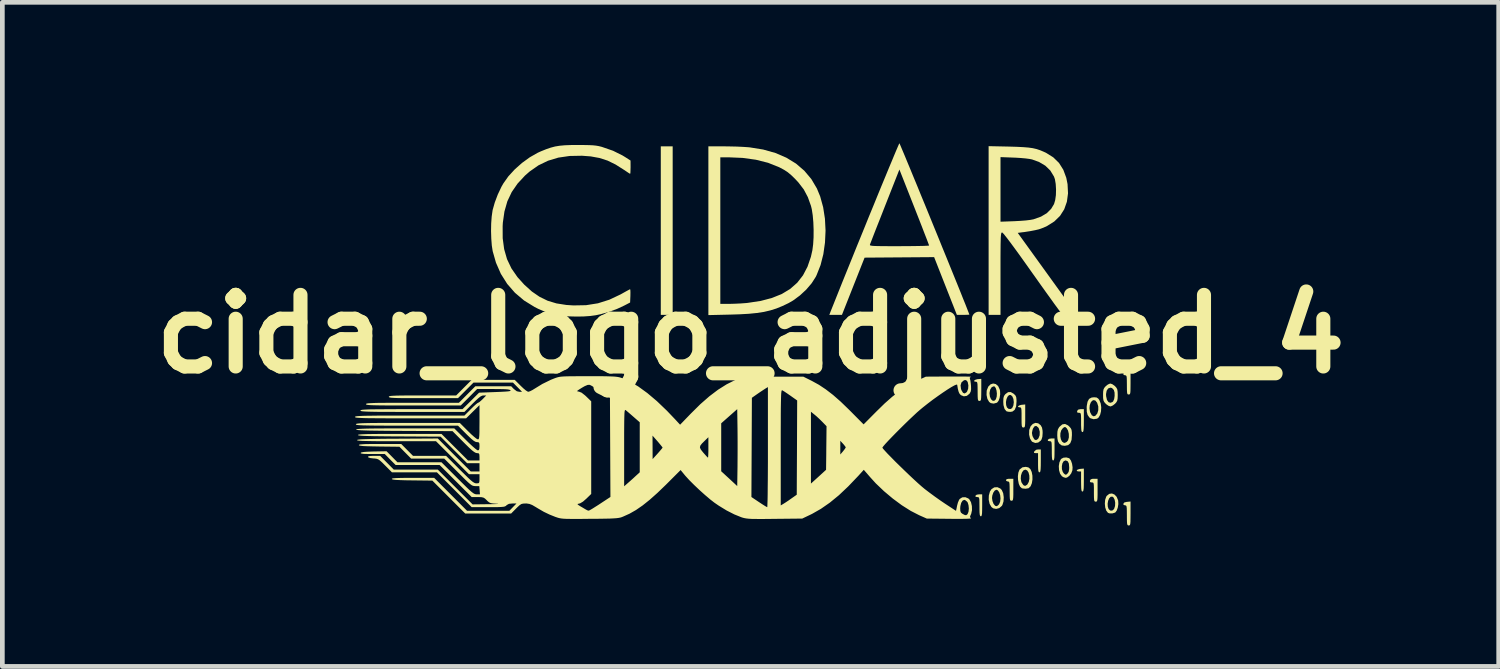
<source format=kicad_pcb>
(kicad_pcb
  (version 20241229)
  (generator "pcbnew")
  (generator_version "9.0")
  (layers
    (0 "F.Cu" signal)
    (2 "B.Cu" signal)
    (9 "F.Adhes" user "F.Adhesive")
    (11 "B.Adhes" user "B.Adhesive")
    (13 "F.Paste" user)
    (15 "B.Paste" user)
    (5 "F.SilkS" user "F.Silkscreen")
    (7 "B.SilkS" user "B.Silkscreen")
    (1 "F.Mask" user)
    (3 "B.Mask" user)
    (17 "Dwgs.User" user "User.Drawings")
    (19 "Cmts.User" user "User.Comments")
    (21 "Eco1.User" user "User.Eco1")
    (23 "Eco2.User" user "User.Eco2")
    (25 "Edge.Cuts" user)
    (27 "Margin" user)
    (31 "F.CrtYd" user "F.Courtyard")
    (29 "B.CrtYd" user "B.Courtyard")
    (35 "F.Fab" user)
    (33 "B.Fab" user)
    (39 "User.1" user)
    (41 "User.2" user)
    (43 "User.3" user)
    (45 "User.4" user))
  (footprint "cidar_logo_adjusted_4"
    (layer "F.Cu")
    (at 12.925 4.061)
    (property "Reference" "cidar_logo_adjusted_4" (at 0 0 0) (layer "F.SilkS") (effects (font (size 1.524 1.524) (thickness 0.3))))
    (attr through_hole)
    (fp_poly (pts (xy -1.657 -0.409) (xy -1.91 -0.409) (xy -1.91 -3.996) (xy -1.657 -3.996) (xy -1.657 -0.409)) (stroke (width 0.001) (type solid)) (fill yes) (layer "F.SilkS"))
    (fp_poly (pts (xy 6.179 2.699) (xy 6.178 2.803) (xy 6.175 2.873) (xy 6.17 2.916) (xy 6.162 2.937) (xy 6.15 2.943) (xy 6.149 2.943) (xy 6.136 2.937) (xy 6.127 2.914) (xy 6.122 2.868) (xy 6.12 2.792) (xy 6.12 2.738) (xy 6.12 2.534) (xy 6.071 2.534) (xy 6.037 2.53) (xy 6.034 2.512) (xy 6.042 2.495) (xy 6.081 2.462) (xy 6.121 2.456) (xy 6.179 2.456) (xy 6.179 2.699)) (stroke (width 0.001) (type solid)) (fill yes) (layer "F.SilkS"))
    (fp_poly (pts (xy 7.095 3.108) (xy 7.094 3.211) (xy 7.092 3.281) (xy 7.086 3.325) (xy 7.078 3.346) (xy 7.066 3.352) (xy 7.065 3.352) (xy 7.052 3.346) (xy 7.044 3.324) (xy 7.039 3.279) (xy 7.037 3.205) (xy 7.036 3.138) (xy 7.036 2.924) (xy 6.986 2.924) (xy 6.949 2.917) (xy 6.943 2.902) (xy 6.963 2.884) (xy 7.006 2.871) (xy 7.023 2.869) (xy 7.095 2.863) (xy 7.095 3.108)) (stroke (width 0.001) (type solid)) (fill yes) (layer "F.SilkS"))
    (fp_poly (pts (xy 4.931 3.645) (xy 4.93 3.746) (xy 4.928 3.813) (xy 4.922 3.854) (xy 4.914 3.874) (xy 4.902 3.879) (xy 4.889 3.872) (xy 4.88 3.849) (xy 4.875 3.803) (xy 4.873 3.728) (xy 4.873 3.674) (xy 4.872 3.583) (xy 4.871 3.524) (xy 4.865 3.49) (xy 4.855 3.474) (xy 4.839 3.47) (xy 4.825 3.469) (xy 4.79 3.463) (xy 4.788 3.44) (xy 4.816 3.418) (xy 4.865 3.411) (xy 4.931 3.411) (xy 4.931 3.645)) (stroke (width 0.001) (type solid)) (fill yes) (layer "F.SilkS"))
    (fp_poly (pts (xy 6.471 2.456) (xy 6.47 2.557) (xy 6.468 2.625) (xy 6.462 2.665) (xy 6.453 2.685) (xy 6.442 2.69) (xy 6.428 2.683) (xy 6.42 2.66) (xy 6.415 2.614) (xy 6.413 2.539) (xy 6.413 2.485) (xy 6.412 2.394) (xy 6.41 2.335) (xy 6.405 2.301) (xy 6.395 2.285) (xy 6.378 2.281) (xy 6.364 2.28) (xy 6.33 2.274) (xy 6.328 2.251) (xy 6.355 2.229) (xy 6.405 2.222) (xy 6.471 2.222) (xy 6.471 2.456)) (stroke (width 0.001) (type solid)) (fill yes) (layer "F.SilkS"))
    (fp_poly (pts (xy 4.912 1.188) (xy 4.911 1.287) (xy 4.909 1.353) (xy 4.905 1.394) (xy 4.897 1.414) (xy 4.884 1.422) (xy 4.873 1.423) (xy 4.855 1.42) (xy 4.844 1.408) (xy 4.838 1.379) (xy 4.835 1.327) (xy 4.834 1.244) (xy 4.834 1.218) (xy 4.833 1.127) (xy 4.831 1.068) (xy 4.826 1.034) (xy 4.816 1.018) (xy 4.8 1.014) (xy 4.793 1.014) (xy 4.761 1.007) (xy 4.76 0.991) (xy 4.782 0.974) (xy 4.823 0.961) (xy 4.84 0.959) (xy 4.912 0.953) (xy 4.912 1.188)) (stroke (width 0.001) (type solid)) (fill yes) (layer "F.SilkS"))
    (fp_poly (pts (xy 5.594 3.313) (xy 5.594 3.412) (xy 5.592 3.478) (xy 5.587 3.519) (xy 5.579 3.539) (xy 5.566 3.547) (xy 5.555 3.547) (xy 5.538 3.545) (xy 5.526 3.532) (xy 5.52 3.504) (xy 5.517 3.451) (xy 5.516 3.368) (xy 5.516 3.343) (xy 5.515 3.251) (xy 5.513 3.192) (xy 5.508 3.158) (xy 5.498 3.142) (xy 5.482 3.138) (xy 5.477 3.138) (xy 5.445 3.126) (xy 5.438 3.109) (xy 5.451 3.088) (xy 5.494 3.08) (xy 5.516 3.08) (xy 5.594 3.08) (xy 5.594 3.313)) (stroke (width 0.001) (type solid)) (fill yes) (layer "F.SilkS"))
    (fp_poly (pts (xy 5.847 1.743) (xy 5.847 1.845) (xy 5.845 1.913) (xy 5.841 1.956) (xy 5.834 1.978) (xy 5.822 1.987) (xy 5.808 1.988) (xy 5.791 1.986) (xy 5.78 1.974) (xy 5.773 1.946) (xy 5.77 1.895) (xy 5.769 1.814) (xy 5.769 1.774) (xy 5.769 1.68) (xy 5.767 1.618) (xy 5.762 1.582) (xy 5.753 1.565) (xy 5.738 1.56) (xy 5.729 1.559) (xy 5.697 1.553) (xy 5.695 1.537) (xy 5.718 1.52) (xy 5.759 1.507) (xy 5.776 1.505) (xy 5.847 1.498) (xy 5.847 1.743)) (stroke (width 0.001) (type solid)) (fill yes) (layer "F.SilkS"))
    (fp_poly (pts (xy 7.095 1.842) (xy 7.094 1.945) (xy 7.091 2.015) (xy 7.086 2.058) (xy 7.078 2.08) (xy 7.066 2.086) (xy 7.065 2.086) (xy 7.052 2.079) (xy 7.043 2.056) (xy 7.039 2.01) (xy 7.036 1.935) (xy 7.036 1.881) (xy 7.036 1.79) (xy 7.034 1.731) (xy 7.029 1.697) (xy 7.019 1.681) (xy 7.002 1.676) (xy 6.989 1.676) (xy 6.955 1.67) (xy 6.951 1.644) (xy 6.953 1.637) (xy 6.972 1.609) (xy 7.015 1.599) (xy 7.029 1.598) (xy 7.095 1.598) (xy 7.095 1.842)) (stroke (width 0.001) (type solid)) (fill yes) (layer "F.SilkS"))
    (fp_poly (pts (xy 8.089 1.042) (xy 8.088 1.143) (xy 8.087 1.212) (xy 8.083 1.254) (xy 8.075 1.276) (xy 8.063 1.285) (xy 8.05 1.286) (xy 8.032 1.284) (xy 8.021 1.272) (xy 8.015 1.243) (xy 8.012 1.19) (xy 8.011 1.107) (xy 8.011 1.082) (xy 8.01 0.991) (xy 8.008 0.931) (xy 8.003 0.897) (xy 7.993 0.882) (xy 7.977 0.877) (xy 7.97 0.877) (xy 7.939 0.867) (xy 7.936 0.843) (xy 7.957 0.816) (xy 8.01 0.803) (xy 8.016 0.803) (xy 8.089 0.797) (xy 8.089 1.042)) (stroke (width 0.001) (type solid)) (fill yes) (layer "F.SilkS"))
    (fp_poly (pts (xy 8.089 3.819) (xy 8.088 3.923) (xy 8.087 3.994) (xy 8.083 4.038) (xy 8.076 4.062) (xy 8.065 4.072) (xy 8.05 4.074) (xy 8.033 4.071) (xy 8.022 4.059) (xy 8.015 4.031) (xy 8.012 3.98) (xy 8.011 3.9) (xy 8.011 3.859) (xy 8.01 3.765) (xy 8.008 3.704) (xy 8.003 3.668) (xy 7.994 3.651) (xy 7.979 3.645) (xy 7.97 3.645) (xy 7.939 3.634) (xy 7.936 3.611) (xy 7.957 3.584) (xy 8.01 3.571) (xy 8.016 3.571) (xy 8.089 3.564) (xy 8.089 3.819)) (stroke (width 0.001) (type solid)) (fill yes) (layer "F.SilkS"))
    (fp_poly (pts (xy 7.387 3.323) (xy 7.387 3.424) (xy 7.385 3.493) (xy 7.381 3.535) (xy 7.373 3.557) (xy 7.361 3.566) (xy 7.348 3.567) (xy 7.331 3.564) (xy 7.319 3.552) (xy 7.313 3.523) (xy 7.31 3.471) (xy 7.309 3.388) (xy 7.309 3.362) (xy 7.309 3.271) (xy 7.307 3.212) (xy 7.302 3.178) (xy 7.292 3.162) (xy 7.275 3.158) (xy 7.262 3.158) (xy 7.228 3.151) (xy 7.224 3.126) (xy 7.226 3.119) (xy 7.242 3.092) (xy 7.279 3.081) (xy 7.311 3.08) (xy 7.387 3.08) (xy 7.387 3.323)) (stroke (width 0.001) (type solid)) (fill yes) (layer "F.SilkS"))
    (fp_poly (pts (xy 5.317 3.287) (xy 5.348 3.319) (xy 5.378 3.387) (xy 5.39 3.473) (xy 5.385 3.562) (xy 5.361 3.638) (xy 5.348 3.658) (xy 5.294 3.704) (xy 5.229 3.721) (xy 5.165 3.709) (xy 5.128 3.681) (xy 5.089 3.614) (xy 5.07 3.527) (xy 5.071 3.489) (xy 5.14 3.489) (xy 5.15 3.555) (xy 5.173 3.614) (xy 5.206 3.654) (xy 5.233 3.664) (xy 5.264 3.65) (xy 5.291 3.621) (xy 5.314 3.566) (xy 5.321 3.498) (xy 5.314 3.429) (xy 5.294 3.368) (xy 5.264 3.326) (xy 5.233 3.313) (xy 5.198 3.331) (xy 5.167 3.376) (xy 5.146 3.438) (xy 5.14 3.489) (xy 5.071 3.489) (xy 5.073 3.435) (xy 5.096 3.351) (xy 5.129 3.301) (xy 5.188 3.263) (xy 5.254 3.259) (xy 5.317 3.287)) (stroke (width 0.001) (type solid)) (fill yes) (layer "F.SilkS"))
    (fp_poly (pts (xy 5.221 1.064) (xy 5.27 1.106) (xy 5.304 1.178) (xy 5.311 1.208) (xy 5.314 1.282) (xy 5.302 1.358) (xy 5.279 1.421) (xy 5.247 1.46) (xy 5.244 1.461) (xy 5.176 1.48) (xy 5.113 1.469) (xy 5.079 1.444) (xy 5.042 1.38) (xy 5.024 1.296) (xy 5.025 1.264) (xy 5.087 1.264) (xy 5.096 1.333) (xy 5.119 1.386) (xy 5.151 1.417) (xy 5.186 1.421) (xy 5.218 1.393) (xy 5.223 1.385) (xy 5.24 1.331) (xy 5.244 1.266) (xy 5.236 1.201) (xy 5.219 1.147) (xy 5.194 1.115) (xy 5.181 1.111) (xy 5.135 1.129) (xy 5.103 1.177) (xy 5.088 1.247) (xy 5.087 1.264) (xy 5.025 1.264) (xy 5.027 1.21) (xy 5.029 1.197) (xy 5.061 1.118) (xy 5.109 1.07) (xy 5.164 1.052) (xy 5.221 1.064)) (stroke (width 0.001) (type solid)) (fill yes) (layer "F.SilkS"))
    (fp_poly (pts (xy 6.123 1.899) (xy 6.176 1.94) (xy 6.177 1.942) (xy 6.204 1.99) (xy 6.216 2.054) (xy 6.218 2.105) (xy 6.212 2.185) (xy 6.195 2.241) (xy 6.177 2.268) (xy 6.123 2.309) (xy 6.06 2.318) (xy 5.999 2.294) (xy 5.985 2.282) (xy 5.949 2.222) (xy 5.93 2.14) (xy 5.931 2.104) (xy 5.99 2.104) (xy 5.999 2.159) (xy 6.01 2.189) (xy 6.042 2.243) (xy 6.077 2.258) (xy 6.115 2.235) (xy 6.129 2.218) (xy 6.154 2.154) (xy 6.156 2.078) (xy 6.137 2.009) (xy 6.123 1.987) (xy 6.083 1.955) (xy 6.047 1.962) (xy 6.015 2.006) (xy 6.002 2.042) (xy 5.99 2.104) (xy 5.931 2.104) (xy 5.932 2.05) (xy 5.934 2.036) (xy 5.962 1.962) (xy 6.008 1.913) (xy 6.064 1.89) (xy 6.123 1.899)) (stroke (width 0.001) (type solid)) (fill yes) (layer "F.SilkS"))
    (fp_poly (pts (xy 7.748 3.416) (xy 7.794 3.465) (xy 7.824 3.539) (xy 7.826 3.549) (xy 7.829 3.62) (xy 7.817 3.694) (xy 7.794 3.758) (xy 7.763 3.798) (xy 7.758 3.8) (xy 7.702 3.817) (xy 7.643 3.817) (xy 7.609 3.805) (xy 7.573 3.76) (xy 7.55 3.691) (xy 7.542 3.611) (xy 7.601 3.611) (xy 7.605 3.675) (xy 7.622 3.724) (xy 7.656 3.756) (xy 7.699 3.757) (xy 7.736 3.726) (xy 7.739 3.72) (xy 7.759 3.659) (xy 7.762 3.589) (xy 7.75 3.524) (xy 7.725 3.476) (xy 7.703 3.46) (xy 7.666 3.463) (xy 7.634 3.495) (xy 7.612 3.548) (xy 7.601 3.611) (xy 7.542 3.611) (xy 7.542 3.61) (xy 7.548 3.529) (xy 7.571 3.461) (xy 7.583 3.443) (xy 7.635 3.401) (xy 7.693 3.393) (xy 7.748 3.416)) (stroke (width 0.001) (type solid)) (fill yes) (layer "F.SilkS"))
    (fp_poly (pts (xy 5.6 1.269) (xy 5.607 1.275) (xy 5.639 1.307) (xy 5.655 1.342) (xy 5.661 1.394) (xy 5.662 1.437) (xy 5.653 1.541) (xy 5.624 1.611) (xy 5.575 1.649) (xy 5.53 1.656) (xy 5.48 1.652) (xy 5.446 1.642) (xy 5.446 1.642) (xy 5.407 1.593) (xy 5.384 1.512) (xy 5.38 1.447) (xy 5.437 1.447) (xy 5.441 1.512) (xy 5.458 1.561) (xy 5.493 1.592) (xy 5.537 1.595) (xy 5.569 1.574) (xy 5.595 1.519) (xy 5.604 1.451) (xy 5.596 1.382) (xy 5.573 1.327) (xy 5.54 1.297) (xy 5.502 1.299) (xy 5.471 1.332) (xy 5.448 1.384) (xy 5.437 1.447) (xy 5.38 1.447) (xy 5.38 1.433) (xy 5.383 1.363) (xy 5.396 1.317) (xy 5.423 1.28) (xy 5.427 1.276) (xy 5.483 1.236) (xy 5.539 1.234) (xy 5.6 1.269)) (stroke (width 0.001) (type solid)) (fill yes) (layer "F.SilkS"))
    (fp_poly (pts (xy 6.778 2.641) (xy 6.791 2.65) (xy 6.821 2.694) (xy 6.844 2.761) (xy 6.855 2.836) (xy 6.851 2.9) (xy 6.827 2.963) (xy 6.786 3.018) (xy 6.737 3.053) (xy 6.708 3.06) (xy 6.665 3.048) (xy 6.628 3.026) (xy 6.589 2.972) (xy 6.567 2.896) (xy 6.562 2.811) (xy 6.562 2.81) (xy 6.627 2.81) (xy 6.628 2.875) (xy 6.646 2.933) (xy 6.667 2.964) (xy 6.698 2.991) (xy 6.721 2.991) (xy 6.745 2.971) (xy 6.771 2.934) (xy 6.782 2.876) (xy 6.783 2.837) (xy 6.776 2.756) (xy 6.753 2.709) (xy 6.712 2.69) (xy 6.702 2.69) (xy 6.665 2.707) (xy 6.639 2.75) (xy 6.627 2.81) (xy 6.562 2.81) (xy 6.575 2.73) (xy 6.605 2.666) (xy 6.615 2.655) (xy 6.661 2.631) (xy 6.723 2.626) (xy 6.778 2.641)) (stroke (width 0.001) (type solid)) (fill yes) (layer "F.SilkS"))
    (fp_poly (pts (xy 7.367 1.35) (xy 7.402 1.374) (xy 7.426 1.408) (xy 7.454 1.478) (xy 7.465 1.56) (xy 7.46 1.644) (xy 7.441 1.72) (xy 7.409 1.776) (xy 7.376 1.801) (xy 7.303 1.812) (xy 7.237 1.793) (xy 7.212 1.774) (xy 7.175 1.721) (xy 7.157 1.652) (xy 7.156 1.578) (xy 7.215 1.578) (xy 7.225 1.648) (xy 7.232 1.67) (xy 7.265 1.729) (xy 7.304 1.751) (xy 7.34 1.739) (xy 7.381 1.691) (xy 7.402 1.62) (xy 7.402 1.54) (xy 7.378 1.463) (xy 7.377 1.461) (xy 7.342 1.416) (xy 7.305 1.405) (xy 7.27 1.42) (xy 7.241 1.458) (xy 7.221 1.513) (xy 7.215 1.578) (xy 7.156 1.578) (xy 7.155 1.557) (xy 7.157 1.529) (xy 7.174 1.439) (xy 7.206 1.38) (xy 7.259 1.351) (xy 7.312 1.345) (xy 7.367 1.35)) (stroke (width 0.001) (type solid)) (fill yes) (layer "F.SilkS"))
    (fp_poly (pts (xy 5.915 2.838) (xy 5.957 2.874) (xy 5.985 2.935) (xy 6 3.013) (xy 6.001 3.096) (xy 5.988 3.175) (xy 5.961 3.24) (xy 5.921 3.279) (xy 5.915 3.282) (xy 5.855 3.292) (xy 5.791 3.286) (xy 5.774 3.281) (xy 5.737 3.247) (xy 5.71 3.186) (xy 5.695 3.109) (xy 5.693 3.08) (xy 5.752 3.08) (xy 5.764 3.145) (xy 5.772 3.164) (xy 5.808 3.216) (xy 5.844 3.232) (xy 5.883 3.21) (xy 5.894 3.199) (xy 5.923 3.146) (xy 5.936 3.08) (xy 5.934 3.011) (xy 5.918 2.948) (xy 5.889 2.903) (xy 5.85 2.885) (xy 5.849 2.885) (xy 5.808 2.902) (xy 5.777 2.948) (xy 5.757 3.01) (xy 5.752 3.08) (xy 5.693 3.08) (xy 5.691 3.026) (xy 5.701 2.948) (xy 5.725 2.887) (xy 5.732 2.878) (xy 5.788 2.836) (xy 5.859 2.826) (xy 5.915 2.838)) (stroke (width 0.001) (type solid)) (fill yes) (layer "F.SilkS"))
    (fp_poly (pts (xy 6.757 1.943) (xy 6.784 1.967) (xy 6.816 2.003) (xy 6.833 2.039) (xy 6.84 2.089) (xy 6.841 2.15) (xy 6.833 2.253) (xy 6.806 2.323) (xy 6.76 2.364) (xy 6.691 2.378) (xy 6.685 2.378) (xy 6.624 2.37) (xy 6.581 2.34) (xy 6.57 2.327) (xy 6.545 2.284) (xy 6.533 2.227) (xy 6.53 2.176) (xy 6.594 2.176) (xy 6.606 2.239) (xy 6.631 2.288) (xy 6.668 2.314) (xy 6.691 2.316) (xy 6.731 2.295) (xy 6.759 2.261) (xy 6.776 2.199) (xy 6.775 2.123) (xy 6.758 2.052) (xy 6.73 2.004) (xy 6.701 1.979) (xy 6.677 1.981) (xy 6.649 2.002) (xy 6.614 2.048) (xy 6.596 2.109) (xy 6.594 2.176) (xy 6.53 2.176) (xy 6.529 2.153) (xy 6.532 2.078) (xy 6.543 2.028) (xy 6.566 1.987) (xy 6.58 1.97) (xy 6.637 1.922) (xy 6.695 1.913) (xy 6.757 1.943)) (stroke (width 0.001) (type solid)) (fill yes) (layer "F.SilkS"))
    (fp_poly (pts (xy 7.7 1.066) (xy 7.747 1.099) (xy 7.759 1.109) (xy 7.79 1.145) (xy 7.807 1.18) (xy 7.814 1.228) (xy 7.816 1.296) (xy 7.814 1.369) (xy 7.806 1.416) (xy 7.788 1.45) (xy 7.759 1.483) (xy 7.713 1.519) (xy 7.669 1.539) (xy 7.66 1.54) (xy 7.62 1.527) (xy 7.573 1.494) (xy 7.561 1.483) (xy 7.53 1.448) (xy 7.513 1.413) (xy 7.505 1.364) (xy 7.504 1.296) (xy 7.504 1.278) (xy 7.567 1.278) (xy 7.569 1.321) (xy 7.587 1.402) (xy 7.62 1.449) (xy 7.66 1.462) (xy 7.701 1.448) (xy 7.718 1.433) (xy 7.74 1.384) (xy 7.75 1.316) (xy 7.749 1.245) (xy 7.733 1.189) (xy 7.733 1.189) (xy 7.694 1.148) (xy 7.66 1.14) (xy 7.612 1.158) (xy 7.58 1.206) (xy 7.567 1.278) (xy 7.504 1.278) (xy 7.506 1.224) (xy 7.514 1.177) (xy 7.532 1.142) (xy 7.561 1.109) (xy 7.607 1.073) (xy 7.651 1.054) (xy 7.66 1.053) (xy 7.7 1.066)) (stroke (width 0.001) (type solid)) (fill yes) (layer "F.SilkS"))
    (fp_poly (pts (xy -0.426 -3.994) (xy -0.292 -3.991) (xy -0.165 -3.985) (xy -0.059 -3.978) (xy -0.015 -3.974) (xy 0.27 -3.928) (xy 0.529 -3.855) (xy 0.762 -3.755) (xy 0.968 -3.629) (xy 1.145 -3.477) (xy 1.294 -3.3) (xy 1.413 -3.099) (xy 1.483 -2.929) (xy 1.546 -2.7) (xy 1.584 -2.456) (xy 1.597 -2.202) (xy 1.585 -1.948) (xy 1.55 -1.701) (xy 1.491 -1.469) (xy 1.408 -1.259) (xy 1.389 -1.219) (xy 1.302 -1.083) (xy 1.186 -0.947) (xy 1.051 -0.822) (xy 0.906 -0.715) (xy 0.809 -0.659) (xy 0.676 -0.596) (xy 0.549 -0.544) (xy 0.421 -0.504) (xy 0.285 -0.472) (xy 0.134 -0.449) (xy -0.036 -0.432) (xy -0.234 -0.421) (xy -0.424 -0.415) (xy -0.897 -0.404) (xy -0.897 -0.643) (xy -0.643 -0.643) (xy -0.449 -0.643) (xy -0.337 -0.646) (xy -0.209 -0.652) (xy -0.088 -0.661) (xy -0.054 -0.665) (xy 0.217 -0.706) (xy 0.456 -0.769) (xy 0.665 -0.853) (xy 0.844 -0.961) (xy 0.994 -1.093) (xy 1.117 -1.251) (xy 1.213 -1.434) (xy 1.285 -1.644) (xy 1.317 -1.786) (xy 1.333 -1.911) (xy 1.342 -2.059) (xy 1.343 -2.219) (xy 1.337 -2.379) (xy 1.324 -2.529) (xy 1.304 -2.659) (xy 1.287 -2.728) (xy 1.22 -2.915) (xy 1.133 -3.079) (xy 1.017 -3.23) (xy 0.946 -3.306) (xy 0.863 -3.386) (xy 0.791 -3.446) (xy 0.716 -3.495) (xy 0.625 -3.544) (xy 0.604 -3.554) (xy 0.373 -3.646) (xy 0.114 -3.711) (xy -0.171 -3.75) (xy -0.453 -3.762) (xy -0.643 -3.762) (xy -0.643 -0.643) (xy -0.897 -0.643) (xy -0.897 -3.996) (xy -0.556 -3.996) (xy -0.426 -3.994)) (stroke (width 0.001) (type solid)) (fill yes) (layer "F.SilkS"))
    (fp_poly (pts (xy 5.501 -3.991) (xy 5.67 -3.986) (xy 5.806 -3.979) (xy 5.917 -3.97) (xy 6.009 -3.957) (xy 6.09 -3.938) (xy 6.165 -3.913) (xy 6.243 -3.88) (xy 6.295 -3.855) (xy 6.444 -3.762) (xy 6.566 -3.643) (xy 6.658 -3.497) (xy 6.721 -3.327) (xy 6.748 -3.192) (xy 6.758 -2.996) (xy 6.734 -2.817) (xy 6.677 -2.656) (xy 6.588 -2.516) (xy 6.467 -2.398) (xy 6.315 -2.302) (xy 6.235 -2.265) (xy 6.155 -2.236) (xy 6.066 -2.213) (xy 5.958 -2.192) (xy 5.822 -2.171) (xy 5.792 -2.168) (xy 5.688 -2.154) (xy 6.94 -0.419) (xy 6.8 -0.413) (xy 6.728 -0.412) (xy 6.67 -0.412) (xy 6.639 -0.416) (xy 6.638 -0.416) (xy 6.624 -0.433) (xy 6.588 -0.479) (xy 6.535 -0.551) (xy 6.465 -0.646) (xy 6.382 -0.762) (xy 6.287 -0.894) (xy 6.182 -1.041) (xy 6.07 -1.199) (xy 6.003 -1.293) (xy 5.85 -1.509) (xy 5.717 -1.695) (xy 5.604 -1.85) (xy 5.512 -1.974) (xy 5.44 -2.068) (xy 5.39 -2.13) (xy 5.361 -2.16) (xy 5.355 -2.163) (xy 5.347 -2.161) (xy 5.34 -2.153) (xy 5.335 -2.136) (xy 5.331 -2.106) (xy 5.327 -2.059) (xy 5.325 -1.994) (xy 5.323 -1.905) (xy 5.322 -1.791) (xy 5.321 -1.647) (xy 5.321 -1.47) (xy 5.321 -1.286) (xy 5.321 -0.409) (xy 5.068 -0.409) (xy 5.068 -2.392) (xy 5.321 -2.392) (xy 5.618 -2.403) (xy 5.746 -2.41) (xy 5.863 -2.419) (xy 5.96 -2.431) (xy 6.027 -2.444) (xy 6.028 -2.445) (xy 6.183 -2.5) (xy 6.306 -2.573) (xy 6.399 -2.666) (xy 6.46 -2.767) (xy 6.485 -2.851) (xy 6.5 -2.959) (xy 6.503 -3.078) (xy 6.496 -3.195) (xy 6.479 -3.297) (xy 6.459 -3.353) (xy 6.381 -3.481) (xy 6.275 -3.584) (xy 6.14 -3.664) (xy 5.993 -3.717) (xy 5.938 -3.728) (xy 5.854 -3.739) (xy 5.752 -3.748) (xy 5.641 -3.755) (xy 5.609 -3.756) (xy 5.321 -3.767) (xy 5.321 -2.392) (xy 5.068 -2.392) (xy 5.068 -4) (xy 5.501 -3.991)) (stroke (width 0.001) (type solid)) (fill yes) (layer "F.SilkS"))
    (fp_poly (pts (xy 3.178 -4.043) (xy 3.2 -3.992) (xy 3.234 -3.911) (xy 3.28 -3.802) (xy 3.335 -3.669) (xy 3.399 -3.515) (xy 3.47 -3.342) (xy 3.548 -3.154) (xy 3.63 -2.953) (xy 3.717 -2.742) (xy 3.806 -2.524) (xy 3.896 -2.303) (xy 3.987 -2.081) (xy 4.076 -1.861) (xy 4.164 -1.646) (xy 4.248 -1.439) (xy 4.328 -1.242) (xy 4.402 -1.06) (xy 4.469 -0.894) (xy 4.527 -0.748) (xy 4.577 -0.625) (xy 4.615 -0.527) (xy 4.642 -0.458) (xy 4.656 -0.42) (xy 4.658 -0.414) (xy 4.64 -0.412) (xy 4.594 -0.41) (xy 4.528 -0.409) (xy 4.525 -0.409) (xy 4.392 -0.409) (xy 4.15 -1.023) (xy 3.908 -1.638) (xy 2.428 -1.627) (xy 2.187 -1.018) (xy 1.946 -0.409) (xy 1.677 -0.409) (xy 1.709 -0.492) (xy 1.784 -0.679) (xy 1.865 -0.882) (xy 1.951 -1.097) (xy 2.042 -1.322) (xy 2.136 -1.554) (xy 2.232 -1.792) (xy 2.274 -1.896) (xy 2.541 -1.896) (xy 2.547 -1.888) (xy 2.565 -1.883) (xy 2.597 -1.878) (xy 2.648 -1.875) (xy 2.722 -1.873) (xy 2.822 -1.872) (xy 2.952 -1.871) (xy 3.117 -1.871) (xy 3.166 -1.871) (xy 3.319 -1.872) (xy 3.458 -1.873) (xy 3.58 -1.875) (xy 3.68 -1.877) (xy 3.752 -1.88) (xy 3.793 -1.883) (xy 3.801 -1.886) (xy 3.794 -1.906) (xy 3.774 -1.959) (xy 3.743 -2.041) (xy 3.701 -2.148) (xy 3.652 -2.276) (xy 3.595 -2.422) (xy 3.532 -2.582) (xy 3.485 -2.702) (xy 3.169 -3.503) (xy 2.861 -2.721) (xy 2.796 -2.555) (xy 2.735 -2.4) (xy 2.679 -2.259) (xy 2.631 -2.136) (xy 2.592 -2.035) (xy 2.563 -1.96) (xy 2.546 -1.916) (xy 2.542 -1.905) (xy 2.541 -1.896) (xy 2.274 -1.896) (xy 2.329 -2.03) (xy 2.426 -2.268) (xy 2.521 -2.503) (xy 2.615 -2.731) (xy 2.704 -2.95) (xy 2.789 -3.157) (xy 2.869 -3.35) (xy 2.941 -3.525) (xy 3.006 -3.68) (xy 3.061 -3.813) (xy 3.106 -3.92) (xy 3.14 -3.999) (xy 3.161 -4.047) (xy 3.169 -4.061) (xy 3.178 -4.043)) (stroke (width 0.001) (type solid)) (fill yes) (layer "F.SilkS"))
    (fp_poly (pts (xy -3.538 -4.024) (xy -3.434 -4.022) (xy -3.353 -4.018) (xy -3.287 -4.011) (xy -3.23 -4.001) (xy -3.173 -3.987) (xy -3.154 -3.981) (xy -2.926 -3.902) (xy -2.725 -3.802) (xy -2.666 -3.766) (xy -2.554 -3.694) (xy -2.553 -3.552) (xy -2.555 -3.484) (xy -2.557 -3.433) (xy -2.562 -3.411) (xy -2.562 -3.411) (xy -2.581 -3.421) (xy -2.624 -3.449) (xy -2.681 -3.488) (xy -2.694 -3.496) (xy -2.872 -3.609) (xy -3.041 -3.692) (xy -3.214 -3.748) (xy -3.401 -3.782) (xy -3.588 -3.796) (xy -3.851 -3.791) (xy -4.091 -3.756) (xy -4.31 -3.69) (xy -4.513 -3.592) (xy -4.702 -3.46) (xy -4.799 -3.375) (xy -4.958 -3.204) (xy -5.083 -3.023) (xy -5.176 -2.826) (xy -5.238 -2.609) (xy -5.272 -2.37) (xy -5.276 -2.295) (xy -5.275 -2.04) (xy -5.244 -1.808) (xy -5.183 -1.595) (xy -5.089 -1.398) (xy -4.961 -1.213) (xy -4.816 -1.052) (xy -4.654 -0.906) (xy -4.491 -0.794) (xy -4.319 -0.71) (xy -4.131 -0.653) (xy -3.921 -0.62) (xy -3.77 -0.61) (xy -3.501 -0.615) (xy -3.248 -0.655) (xy -3.004 -0.732) (xy -2.765 -0.845) (xy -2.724 -0.868) (xy -2.656 -0.906) (xy -2.601 -0.936) (xy -2.568 -0.953) (xy -2.563 -0.955) (xy -2.558 -0.937) (xy -2.556 -0.89) (xy -2.557 -0.823) (xy -2.557 -0.814) (xy -2.563 -0.672) (xy -2.688 -0.607) (xy -2.838 -0.537) (xy -3.011 -0.474) (xy -3.19 -0.423) (xy -3.295 -0.401) (xy -3.413 -0.385) (xy -3.556 -0.375) (xy -3.711 -0.373) (xy -3.865 -0.377) (xy -4.004 -0.387) (xy -4.086 -0.399) (xy -4.24 -0.433) (xy -4.377 -0.476) (xy -4.516 -0.536) (xy -4.597 -0.577) (xy -4.82 -0.715) (xy -5.014 -0.879) (xy -5.179 -1.068) (xy -5.314 -1.282) (xy -5.418 -1.519) (xy -5.488 -1.764) (xy -5.507 -1.886) (xy -5.518 -2.033) (xy -5.523 -2.194) (xy -5.52 -2.355) (xy -5.509 -2.504) (xy -5.491 -2.629) (xy -5.489 -2.641) (xy -5.444 -2.8) (xy -5.38 -2.97) (xy -5.302 -3.135) (xy -5.259 -3.21) (xy -5.154 -3.358) (xy -5.019 -3.505) (xy -4.864 -3.643) (xy -4.697 -3.764) (xy -4.528 -3.86) (xy -4.466 -3.888) (xy -4.353 -3.934) (xy -4.254 -3.968) (xy -4.16 -3.993) (xy -4.062 -4.009) (xy -3.952 -4.019) (xy -3.82 -4.024) (xy -3.674 -4.025) (xy -3.538 -4.024)) (stroke (width 0.001) (type solid)) (fill yes) (layer "F.SilkS"))
    (fp_poly (pts (xy -3.281 0.897) (xy -3.144 0.897) (xy -3.036 0.899) (xy -2.952 0.902) (xy -2.888 0.905) (xy -2.838 0.911) (xy -2.798 0.918) (xy -2.762 0.928) (xy -2.739 0.936) (xy -2.571 1.008) (xy -2.39 1.115) (xy -2.197 1.255) (xy -1.993 1.427) (xy -1.781 1.63) (xy -1.611 1.808) (xy -1.499 1.929) (xy -1.47 1.899) (xy -0.624 1.899) (xy -0.624 2.92) (xy -0.453 3.077) (xy -0.283 3.235) (xy -0.277 2.826) (xy -0.276 2.665) (xy -0.275 2.483) (xy -0.275 2.294) (xy -0.276 2.116) (xy -0.277 2.007) (xy -0.283 1.598) (xy -0.453 1.748) (xy -0.624 1.899) (xy -1.47 1.899) (xy -1.271 1.693) (xy -1.068 1.492) (xy -0.876 1.324) (xy -0.691 1.184) (xy -0.508 1.069) (xy -0.327 0.978) (xy -0.166 0.906) (xy 1.124 0.906) (xy 1.308 0.998) (xy 1.457 1.08) (xy 1.604 1.178) (xy 1.756 1.295) (xy 1.917 1.436) (xy 2.093 1.606) (xy 2.124 1.637) (xy 2.407 1.922) (xy 2.68 1.647) (xy 2.855 1.476) (xy 3.016 1.334) (xy 3.17 1.214) (xy 3.324 1.112) (xy 3.484 1.023) (xy 3.606 0.964) (xy 3.733 0.906) (xy 4.23 0.903) (xy 4.362 0.903) (xy 4.478 0.903) (xy 4.574 0.904) (xy 4.644 0.905) (xy 4.684 0.907) (xy 4.691 0.91) (xy 4.666 0.928) (xy 4.67 0.952) (xy 4.68 0.988) (xy 4.688 1.049) (xy 4.693 1.102) (xy 4.695 1.174) (xy 4.687 1.222) (xy 4.667 1.261) (xy 4.658 1.272) (xy 4.604 1.315) (xy 4.541 1.325) (xy 4.48 1.301) (xy 4.465 1.287) (xy 4.443 1.26) (xy 4.427 1.22) (xy 4.412 1.16) (xy 4.401 1.091) (xy 4.471 1.091) (xy 4.48 1.167) (xy 4.491 1.197) (xy 4.523 1.25) (xy 4.558 1.264) (xy 4.596 1.24) (xy 4.609 1.224) (xy 4.632 1.164) (xy 4.637 1.092) (xy 4.624 1.026) (xy 4.612 1.003) (xy 4.586 0.979) (xy 4.553 0.981) (xy 4.536 0.989) (xy 4.49 1.029) (xy 4.471 1.091) (xy 4.401 1.091) (xy 4.399 1.078) (xy 4.382 1.075) (xy 4.339 1.093) (xy 4.274 1.129) (xy 4.191 1.181) (xy 4.095 1.245) (xy 3.99 1.318) (xy 3.88 1.397) (xy 3.771 1.48) (xy 3.665 1.564) (xy 3.606 1.613) (xy 3.544 1.667) (xy 3.468 1.738) (xy 3.381 1.82) (xy 3.287 1.911) (xy 3.192 2.005) (xy 3.098 2.099) (xy 3.011 2.188) (xy 2.934 2.268) (xy 2.872 2.335) (xy 2.829 2.385) (xy 2.808 2.413) (xy 2.807 2.417) (xy 2.82 2.439) (xy 2.859 2.483) (xy 2.917 2.546) (xy 2.993 2.623) (xy 3.08 2.712) (xy 3.176 2.806) (xy 3.277 2.904) (xy 3.377 3) (xy 3.474 3.091) (xy 3.563 3.173) (xy 3.64 3.241) (xy 3.702 3.293) (xy 3.703 3.294) (xy 3.804 3.371) (xy 3.922 3.458) (xy 4.042 3.543) (xy 4.141 3.61) (xy 4.374 3.763) (xy 4.386 3.707) (xy 4.463 3.707) (xy 4.466 3.766) (xy 4.48 3.801) (xy 4.509 3.824) (xy 4.517 3.829) (xy 4.563 3.852) (xy 4.59 3.855) (xy 4.612 3.839) (xy 4.621 3.828) (xy 4.64 3.781) (xy 4.647 3.713) (xy 4.64 3.642) (xy 4.622 3.584) (xy 4.61 3.568) (xy 4.575 3.538) (xy 4.549 3.528) (xy 4.513 3.546) (xy 4.484 3.593) (xy 4.467 3.66) (xy 4.463 3.707) (xy 4.386 3.707) (xy 4.396 3.656) (xy 4.414 3.588) (xy 4.438 3.531) (xy 4.453 3.509) (xy 4.507 3.475) (xy 4.572 3.472) (xy 4.635 3.498) (xy 4.658 3.518) (xy 4.693 3.579) (xy 4.712 3.661) (xy 4.714 3.748) (xy 4.697 3.826) (xy 4.691 3.838) (xy 4.673 3.88) (xy 4.675 3.902) (xy 4.694 3.918) (xy 4.69 3.924) (xy 4.651 3.929) (xy 4.577 3.932) (xy 4.467 3.933) (xy 4.319 3.933) (xy 4.239 3.932) (xy 3.752 3.927) (xy 3.589 3.855) (xy 3.41 3.763) (xy 3.22 3.643) (xy 3.028 3.501) (xy 2.841 3.344) (xy 2.666 3.177) (xy 2.546 3.045) (xy 2.411 2.889) (xy 2.293 3.019) (xy 2.081 3.241) (xy 1.881 3.43) (xy 1.688 3.588) (xy 1.498 3.72) (xy 1.31 3.827) (xy 1.271 3.846) (xy 1.101 3.927) (xy 0.514 3.933) (xy 0.346 3.935) (xy 0.212 3.936) (xy 0.107 3.935) (xy 0.025 3.934) (xy -0.037 3.93) (xy -0.086 3.925) (xy -0.126 3.918) (xy -0.163 3.909) (xy -0.197 3.898) (xy -0.345 3.838) (xy -0.508 3.755) (xy -0.675 3.653) (xy -0.767 3.59) (xy -0.86 3.518) (xy -0.918 3.468) (xy 0.019 3.468) (xy 0.18 3.576) (xy 0.25 3.622) (xy 0.307 3.658) (xy 0.345 3.68) (xy 0.356 3.684) (xy 0.358 3.665) (xy 0.36 3.61) (xy 0.363 3.523) (xy 0.365 3.406) (xy 0.366 3.264) (xy 0.368 3.098) (xy 0.369 2.913) (xy 0.37 2.711) (xy 0.37 2.497) (xy 0.37 2.416) (xy 0.643 2.416) (xy 0.643 3.647) (xy 0.697 3.615) (xy 0.74 3.588) (xy 0.802 3.547) (xy 0.867 3.501) (xy 0.984 3.419) (xy 0.985 3.182) (xy 1.286 3.182) (xy 1.447 3.036) (xy 1.608 2.889) (xy 1.612 2.563) (xy 1.911 2.563) (xy 1.969 2.495) (xy 2.003 2.451) (xy 2.024 2.419) (xy 2.027 2.412) (xy 2.015 2.39) (xy 1.985 2.352) (xy 1.969 2.334) (xy 1.911 2.271) (xy 1.911 2.417) (xy 1.911 2.563) (xy 1.612 2.563) (xy 1.613 2.425) (xy 1.618 1.961) (xy 1.526 1.866) (xy 1.464 1.805) (xy 1.401 1.747) (xy 1.359 1.712) (xy 1.286 1.653) (xy 1.286 3.182) (xy 0.985 3.182) (xy 0.989 2.416) (xy 0.993 1.413) (xy 0.849 1.311) (xy 0.781 1.264) (xy 0.723 1.225) (xy 0.683 1.201) (xy 0.674 1.196) (xy 0.668 1.197) (xy 0.662 1.205) (xy 0.658 1.224) (xy 0.654 1.257) (xy 0.651 1.305) (xy 0.649 1.373) (xy 0.647 1.461) (xy 0.645 1.575) (xy 0.644 1.715) (xy 0.644 1.885) (xy 0.643 2.088) (xy 0.643 2.326) (xy 0.643 2.416) (xy 0.37 2.416) (xy 0.37 2.406) (xy 0.37 1.128) (xy 0.317 1.16) (xy 0.274 1.188) (xy 0.212 1.229) (xy 0.146 1.274) (xy 0.029 1.356) (xy 0.024 2.412) (xy 0.019 3.468) (xy -0.918 3.468) (xy -0.969 3.425) (xy -1.086 3.32) (xy -1.2 3.212) (xy -1.303 3.109) (xy -1.386 3.018) (xy -1.402 2.999) (xy -1.488 2.894) (xy -1.801 3.207) (xy -1.982 3.381) (xy -2.146 3.527) (xy -2.296 3.647) (xy -2.438 3.745) (xy -2.575 3.823) (xy -2.708 3.883) (xy -2.74 3.896) (xy -2.772 3.906) (xy -2.809 3.913) (xy -2.855 3.919) (xy -2.916 3.923) (xy -2.995 3.927) (xy -3.098 3.929) (xy -3.231 3.931) (xy -3.396 3.932) (xy -3.421 3.932) (xy -3.59 3.934) (xy -3.726 3.934) (xy -3.833 3.934) (xy -3.915 3.933) (xy -3.978 3.93) (xy -4.027 3.925) (xy -4.066 3.918) (xy -4.101 3.909) (xy -4.136 3.897) (xy -4.152 3.892) (xy -4.279 3.841) (xy -4.4 3.783) (xy -4.529 3.708) (xy -4.573 3.681) (xy -4.647 3.638) (xy -4.706 3.615) (xy -4.765 3.606) (xy -4.788 3.606) (xy -4.839 3.608) (xy -4.877 3.617) (xy -4.914 3.641) (xy -4.961 3.684) (xy -4.99 3.713) (xy -5.096 3.82) (xy -6.072 3.82) (xy -6.422 3.47) (xy -6.772 3.119) (xy -7.2 3.114) (xy -7.349 3.112) (xy -7.463 3.108) (xy -7.546 3.104) (xy -7.599 3.098) (xy -7.628 3.091) (xy -7.636 3.084) (xy -7.63 3.076) (xy -7.605 3.07) (xy -7.557 3.066) (xy -7.482 3.063) (xy -7.377 3.061) (xy -7.237 3.06) (xy -7.189 3.06) (xy -6.734 3.06) (xy -6.033 3.762) (xy -5.134 3.762) (xy -5.058 3.684) (xy -4.982 3.606) (xy -5.07 3.606) (xy -5.141 3.613) (xy -5.187 3.638) (xy -5.194 3.645) (xy -5.209 3.659) (xy -5.23 3.669) (xy -5.261 3.676) (xy -5.309 3.68) (xy -5.379 3.683) (xy -5.478 3.684) (xy -5.583 3.684) (xy -5.935 3.684) (xy -6.305 3.313) (xy -6.675 2.943) (xy -7.632 2.943) (xy -7.776 2.798) (xy -7.841 2.733) (xy -7.888 2.691) (xy -7.925 2.666) (xy -7.96 2.654) (xy -8.003 2.648) (xy -8.027 2.647) (xy -8.093 2.639) (xy -8.134 2.625) (xy -8.142 2.617) (xy -8.136 2.603) (xy -8.1 2.595) (xy -8.032 2.592) (xy -8.017 2.592) (xy -7.883 2.592) (xy -7.738 2.738) (xy -7.593 2.885) (xy -6.656 2.885) (xy -6.286 3.255) (xy -5.916 3.625) (xy -5.584 3.621) (xy -5.488 3.62) (xy -5.418 3.618) (xy -5.378 3.616) (xy -5.371 3.613) (xy -5.4 3.611) (xy -5.401 3.611) (xy -5.478 3.606) (xy -5.528 3.598) (xy -5.564 3.582) (xy -5.598 3.554) (xy -5.614 3.537) (xy -5.653 3.5) (xy -5.687 3.48) (xy -5.731 3.471) (xy -5.799 3.469) (xy -5.807 3.469) (xy -5.935 3.469) (xy -6.617 2.787) (xy -7.554 2.787) (xy -7.67 2.67) (xy -7.785 2.553) (xy -8.046 2.553) (xy -8.156 2.552) (xy -8.231 2.55) (xy -8.277 2.544) (xy -8.297 2.536) (xy -8.298 2.529) (xy -8.282 2.518) (xy -8.238 2.51) (xy -8.163 2.504) (xy -8.054 2.5) (xy -8.019 2.499) (xy -7.747 2.494) (xy -7.631 2.611) (xy -7.515 2.729) (xy -6.578 2.729) (xy -6.237 3.07) (xy -6.13 3.176) (xy -6.047 3.258) (xy -5.983 3.319) (xy -5.935 3.361) (xy -5.899 3.388) (xy -5.871 3.403) (xy -5.847 3.41) (xy -5.828 3.411) (xy -5.759 3.411) (xy -5.773 3.236) (xy -5.854 3.236) (xy -5.882 3.234) (xy -5.908 3.229) (xy -5.936 3.216) (xy -5.97 3.191) (xy -6.015 3.152) (xy -6.076 3.094) (xy -6.156 3.014) (xy -6.227 2.943) (xy -6.519 2.651) (xy -7.223 2.651) (xy -7.473 2.398) (xy -7.901 2.393) (xy -8.051 2.39) (xy -8.165 2.387) (xy -8.247 2.383) (xy -8.301 2.377) (xy -8.33 2.37) (xy -8.337 2.363) (xy -8.332 2.355) (xy -8.307 2.349) (xy -8.259 2.345) (xy -8.184 2.341) (xy -8.078 2.34) (xy -7.939 2.339) (xy -7.89 2.339) (xy -7.435 2.339) (xy -7.309 2.466) (xy -7.184 2.592) (xy -6.48 2.592) (xy -6.188 2.885) (xy -6.089 2.983) (xy -6.013 3.057) (xy -5.956 3.11) (xy -5.913 3.145) (xy -5.881 3.165) (xy -5.855 3.175) (xy -5.833 3.177) (xy -5.795 3.175) (xy -5.777 3.163) (xy -5.77 3.131) (xy -5.769 3.08) (xy -5.769 2.982) (xy -5.994 2.982) (xy -6.344 2.631) (xy -6.695 2.28) (xy -7.54 2.28) (xy -7.751 2.28) (xy -7.926 2.28) (xy -8.067 2.278) (xy -8.178 2.276) (xy -8.262 2.274) (xy -8.32 2.27) (xy -8.357 2.266) (xy -8.374 2.26) (xy -8.376 2.256) (xy -8.366 2.25) (xy -8.337 2.245) (xy -8.287 2.24) (xy -8.213 2.237) (xy -8.113 2.234) (xy -7.984 2.231) (xy -7.822 2.229) (xy -7.625 2.227) (xy -7.512 2.227) (xy -6.656 2.222) (xy -6.306 2.573) (xy -5.955 2.924) (xy -5.769 2.924) (xy -5.769 2.748) (xy -6.033 2.748) (xy -6.597 2.183) (xy -7.473 2.178) (xy -7.69 2.177) (xy -7.872 2.175) (xy -8.02 2.173) (xy -8.137 2.17) (xy -8.226 2.167) (xy -8.29 2.163) (xy -8.331 2.158) (xy -8.352 2.153) (xy -8.357 2.149) (xy -8.351 2.143) (xy -8.329 2.138) (xy -8.286 2.134) (xy -8.221 2.131) (xy -8.13 2.128) (xy -8.012 2.127) (xy -7.862 2.125) (xy -7.679 2.125) (xy -7.471 2.125) (xy -6.578 2.125) (xy -6.296 2.407) (xy -6.013 2.69) (xy -5.769 2.69) (xy -5.769 2.612) (xy -5.772 2.562) (xy -5.784 2.539) (xy -5.814 2.534) (xy -5.823 2.534) (xy -5.849 2.528) (xy -5.883 2.509) (xy -5.929 2.474) (xy -5.991 2.417) (xy -6.073 2.337) (xy -6.11 2.3) (xy -6.343 2.066) (xy -7.365 2.061) (xy -7.602 2.06) (xy -7.801 2.058) (xy -7.967 2.056) (xy -8.102 2.054) (xy -8.208 2.051) (xy -8.287 2.048) (xy -8.343 2.044) (xy -8.378 2.039) (xy -8.394 2.034) (xy -8.396 2.032) (xy -8.39 2.026) (xy -8.368 2.022) (xy -8.326 2.018) (xy -8.263 2.015) (xy -8.175 2.012) (xy -8.061 2.01) (xy -7.916 2.009) (xy -7.74 2.008) (xy -7.53 2.008) (xy -7.354 2.008) (xy -6.305 2.008) (xy -6.071 2.241) (xy -5.992 2.319) (xy -5.92 2.386) (xy -5.861 2.437) (xy -5.82 2.468) (xy -5.804 2.475) (xy -5.782 2.468) (xy -5.772 2.439) (xy -5.769 2.388) (xy -5.771 2.334) (xy -5.781 2.308) (xy -5.805 2.3) (xy -5.823 2.3) (xy -5.854 2.293) (xy -5.892 2.271) (xy -5.943 2.23) (xy -6.011 2.165) (xy -6.052 2.125) (xy -6.227 1.949) (xy -7.314 1.949) (xy -7.549 1.949) (xy -7.749 1.949) (xy -7.915 1.948) (xy -8.051 1.947) (xy -8.16 1.945) (xy -8.244 1.943) (xy -8.307 1.94) (xy -8.351 1.937) (xy -8.379 1.933) (xy -8.395 1.928) (xy -8.4 1.921) (xy -8.401 1.92) (xy -8.397 1.914) (xy -8.384 1.908) (xy -8.359 1.904) (xy -8.319 1.9) (xy -8.261 1.897) (xy -8.183 1.895) (xy -8.08 1.893) (xy -7.952 1.892) (xy -7.794 1.891) (xy -7.603 1.891) (xy -7.378 1.891) (xy -7.294 1.891) (xy -6.188 1.891) (xy -6.013 2.066) (xy -5.944 2.133) (xy -5.882 2.188) (xy -5.834 2.226) (xy -5.805 2.241) (xy -5.804 2.241) (xy -5.792 2.239) (xy -5.783 2.227) (xy -5.777 2.202) (xy -5.773 2.158) (xy -5.77 2.089) (xy -5.77 1.991) (xy -5.769 1.876) (xy -5.769 1.512) (xy -6.053 1.793) (xy -7.236 1.793) (xy -7.483 1.793) (xy -7.694 1.793) (xy -7.871 1.792) (xy -8.017 1.791) (xy -8.136 1.79) (xy -8.229 1.788) (xy -8.3 1.785) (xy -8.352 1.782) (xy -8.387 1.779) (xy -8.408 1.774) (xy -8.418 1.768) (xy -8.42 1.764) (xy -8.416 1.758) (xy -8.404 1.753) (xy -8.379 1.748) (xy -8.34 1.745) (xy -8.283 1.742) (xy -8.205 1.739) (xy -8.105 1.738) (xy -7.979 1.736) (xy -7.824 1.735) (xy -7.637 1.735) (xy -7.416 1.735) (xy -7.255 1.735) (xy -6.09 1.735) (xy -5.954 1.598) (xy -5.895 1.54) (xy -5.844 1.494) (xy -5.809 1.467) (xy -5.798 1.462) (xy -5.774 1.449) (xy -5.734 1.415) (xy -5.701 1.384) (xy -5.625 1.306) (xy -5.683 1.306) (xy -5.713 1.311) (xy -5.748 1.329) (xy -5.793 1.364) (xy -5.855 1.421) (xy -5.916 1.481) (xy -6.09 1.657) (xy -7.197 1.657) (xy -7.435 1.657) (xy -7.636 1.656) (xy -7.805 1.656) (xy -7.943 1.655) (xy -8.054 1.653) (xy -8.14 1.651) (xy -8.204 1.648) (xy -8.25 1.645) (xy -8.28 1.641) (xy -8.296 1.636) (xy -8.303 1.63) (xy -8.303 1.627) (xy -8.299 1.621) (xy -8.287 1.616) (xy -8.261 1.611) (xy -8.221 1.608) (xy -8.163 1.605) (xy -8.084 1.602) (xy -7.981 1.601) (xy -7.852 1.6) (xy -7.692 1.599) (xy -7.501 1.598) (xy -7.274 1.598) (xy -7.217 1.598) (xy -6.131 1.598) (xy -5.954 1.423) (xy -5.778 1.247) (xy -5.433 1.234) (xy -5.307 1.229) (xy -5.217 1.224) (xy -5.156 1.219) (xy -5.121 1.213) (xy -5.107 1.205) (xy -5.109 1.196) (xy -5.127 1.186) (xy -5.164 1.178) (xy -5.225 1.173) (xy -5.315 1.171) (xy -5.438 1.17) (xy -5.475 1.169) (xy -5.819 1.169) (xy -5.993 1.345) (xy -6.168 1.52) (xy -7.177 1.52) (xy -7.404 1.52) (xy -7.594 1.52) (xy -7.751 1.519) (xy -7.879 1.518) (xy -7.98 1.516) (xy -8.056 1.514) (xy -8.112 1.511) (xy -8.15 1.507) (xy -8.173 1.502) (xy -8.184 1.496) (xy -8.186 1.491) (xy -8.182 1.484) (xy -8.169 1.479) (xy -8.144 1.474) (xy -8.102 1.471) (xy -8.042 1.468) (xy -7.961 1.465) (xy -7.854 1.464) (xy -7.72 1.463) (xy -7.556 1.462) (xy -7.357 1.462) (xy -7.197 1.462) (xy -6.207 1.462) (xy -5.858 1.111) (xy -5.094 1.111) (xy -5.038 1.169) (xy -4.975 1.217) (xy -4.923 1.228) (xy -4.864 1.228) (xy -4.96 1.13) (xy -5.056 1.033) (xy -5.897 1.033) (xy -6.227 1.364) (xy -6.963 1.364) (xy -7.154 1.364) (xy -7.309 1.364) (xy -7.432 1.363) (xy -7.527 1.361) (xy -7.598 1.358) (xy -7.646 1.355) (xy -7.677 1.35) (xy -7.693 1.344) (xy -7.699 1.337) (xy -7.699 1.335) (xy -7.695 1.327) (xy -7.681 1.321) (xy -7.652 1.316) (xy -7.607 1.313) (xy -7.54 1.31) (xy -7.449 1.308) (xy -7.329 1.307) (xy -7.178 1.306) (xy -6.991 1.306) (xy -6.982 1.306) (xy -6.265 1.306) (xy -5.936 0.975) (xy -5.018 0.975) (xy -4.892 1.101) (xy -4.833 1.157) (xy -4.78 1.201) (xy -4.741 1.225) (xy -4.731 1.228) (xy -4.694 1.217) (xy -4.692 1.216) (xy -3.69 1.216) (xy -3.673 1.222) (xy -3.655 1.224) (xy -3.596 1.247) (xy -3.522 1.305) (xy -3.494 1.331) (xy -3.391 1.431) (xy -3.391 3.403) (xy -3.494 3.503) (xy -3.566 3.566) (xy -3.626 3.602) (xy -3.651 3.609) (xy -3.677 3.614) (xy -3.682 3.623) (xy -3.662 3.64) (xy -3.613 3.671) (xy -3.583 3.688) (xy -3.518 3.727) (xy -3.478 3.749) (xy -3.453 3.758) (xy -3.435 3.755) (xy -3.414 3.744) (xy -3.405 3.739) (xy -3.372 3.72) (xy -3.315 3.684) (xy -3.242 3.638) (xy -3.172 3.592) (xy -2.982 3.467) (xy -2.987 2.417) (xy -2.69 2.417) (xy -2.69 3.24) (xy -2.617 3.176) (xy -2.561 3.127) (xy -2.494 3.067) (xy -2.451 3.027) (xy -2.358 2.942) (xy -2.358 2.161) (xy -2.086 2.161) (xy -2.084 2.661) (xy -1.978 2.544) (xy -1.929 2.488) (xy -1.892 2.444) (xy -1.873 2.419) (xy -1.872 2.417) (xy -1.872 2.416) (xy -1.077 2.416) (xy -1.058 2.457) (xy -1.015 2.512) (xy -1.004 2.525) (xy -0.958 2.577) (xy -0.923 2.615) (xy -0.905 2.631) (xy -0.905 2.631) (xy -0.902 2.613) (xy -0.899 2.564) (xy -0.897 2.491) (xy -0.897 2.413) (xy -0.897 2.195) (xy -0.976 2.272) (xy -1.037 2.333) (xy -1.07 2.377) (xy -1.077 2.416) (xy -1.872 2.416) (xy -1.883 2.399) (xy -1.915 2.359) (xy -1.96 2.305) (xy -1.978 2.284) (xy -2.086 2.161) (xy -2.358 2.161) (xy -2.358 1.877) (xy -2.49 1.762) (xy -2.553 1.707) (xy -2.609 1.659) (xy -2.647 1.627) (xy -2.656 1.62) (xy -2.664 1.615) (xy -2.671 1.617) (xy -2.676 1.629) (xy -2.681 1.655) (xy -2.684 1.697) (xy -2.686 1.76) (xy -2.688 1.846) (xy -2.689 1.958) (xy -2.69 2.101) (xy -2.69 2.277) (xy -2.69 2.417) (xy -2.987 2.417) (xy -2.992 1.355) (xy -3.187 1.223) (xy -3.267 1.17) (xy -3.339 1.126) (xy -3.394 1.094) (xy -3.425 1.08) (xy -3.467 1.082) (xy -3.531 1.109) (xy -3.59 1.143) (xy -3.652 1.182) (xy -3.684 1.204) (xy -3.69 1.216) (xy -4.692 1.216) (xy -4.642 1.191) (xy -4.613 1.173) (xy -4.432 1.062) (xy -4.25 0.973) (xy -4.183 0.946) (xy -4.146 0.932) (xy -4.111 0.921) (xy -4.075 0.912) (xy -4.032 0.906) (xy -3.977 0.902) (xy -3.905 0.899) (xy -3.812 0.898) (xy -3.692 0.897) (xy -3.541 0.897) (xy -3.453 0.897) (xy -3.281 0.897)) (stroke (width 0.001) (type solid)) (fill yes) (layer "F.SilkS")))
  (gr_rect
    (start -3 -3)
    (end 28.85 11.135)
    (stroke (width 0.1) (type default))
    (fill no)
    (layer "Edge.Cuts")))
</source>
